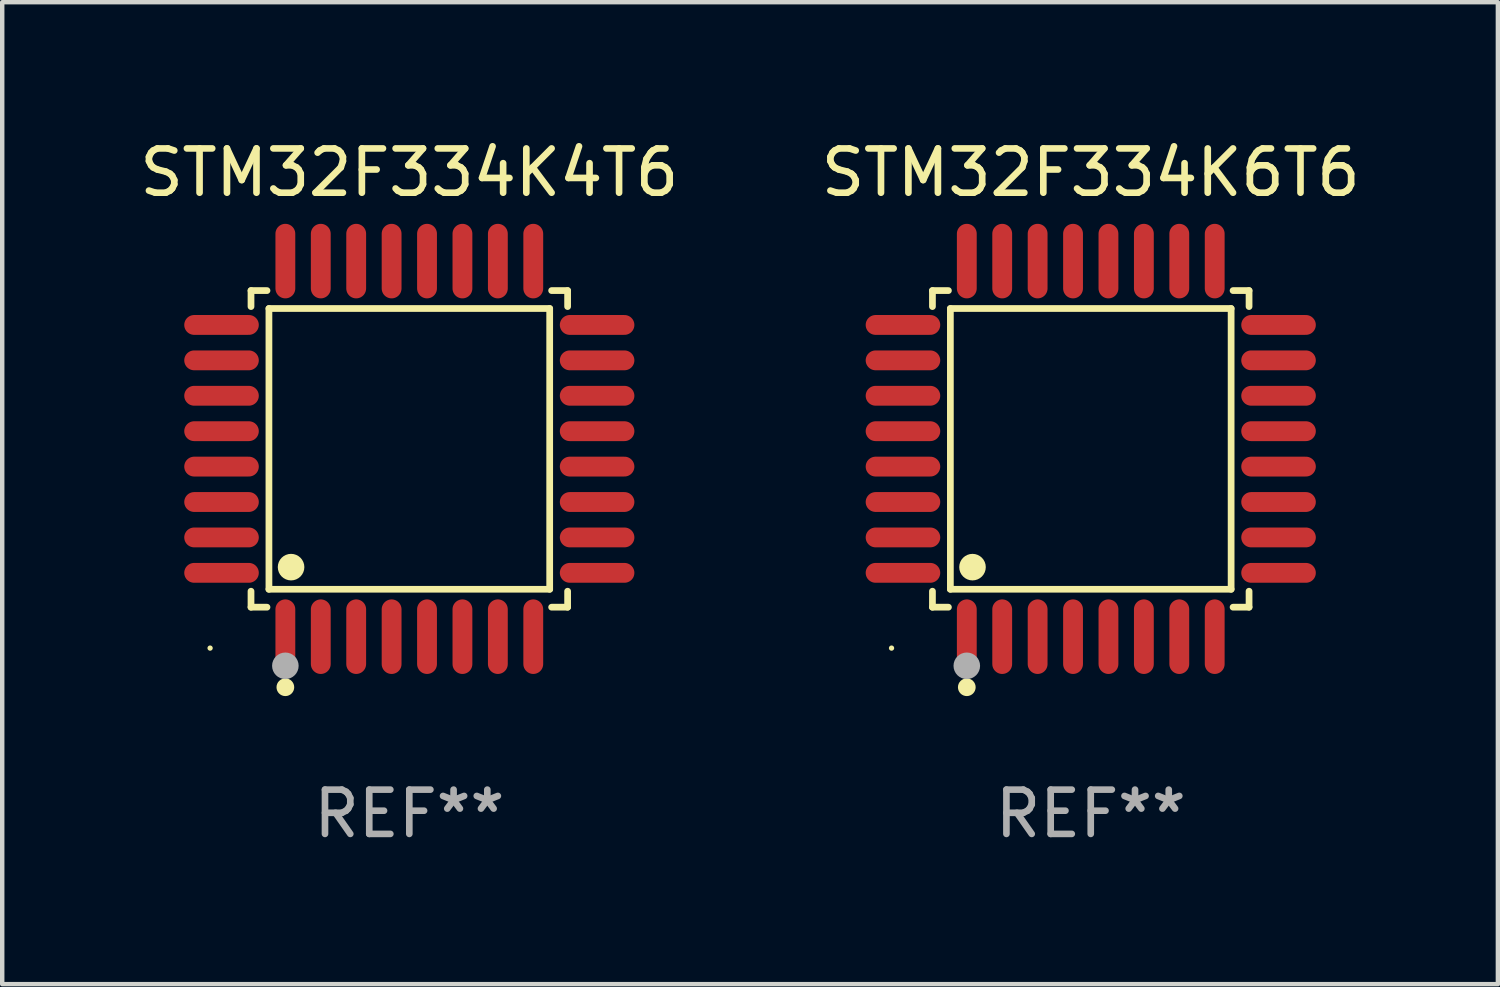
<source format=kicad_pcb>
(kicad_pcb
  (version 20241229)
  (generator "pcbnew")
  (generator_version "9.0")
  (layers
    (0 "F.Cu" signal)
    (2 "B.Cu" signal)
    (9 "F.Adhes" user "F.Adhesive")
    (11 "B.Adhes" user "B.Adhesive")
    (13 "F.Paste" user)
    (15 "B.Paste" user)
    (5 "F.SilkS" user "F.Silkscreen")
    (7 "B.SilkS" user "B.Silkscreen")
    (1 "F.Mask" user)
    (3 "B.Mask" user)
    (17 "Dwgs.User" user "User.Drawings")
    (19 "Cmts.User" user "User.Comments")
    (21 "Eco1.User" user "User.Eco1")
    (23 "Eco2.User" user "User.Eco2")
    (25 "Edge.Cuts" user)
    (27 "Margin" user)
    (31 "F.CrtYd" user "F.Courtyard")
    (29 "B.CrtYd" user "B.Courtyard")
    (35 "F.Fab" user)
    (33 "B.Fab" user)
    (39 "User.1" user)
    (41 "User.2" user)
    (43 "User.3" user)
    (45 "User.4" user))
  (footprint "STM32F334K6T6"
    (layer "F.Cu")
    (at 21.589 7.09)
    (property "Reference" "STM32F334K6T6" (at 0 -6.242 0) (layer "F.SilkS") (effects (font (size 1 1) (thickness 0.15))))
    (attr through_hole)
    (fp_line (start -3.576 -3.576) (end -3.215 -3.576) (stroke (width 0.152) (type solid)) (layer "F.SilkS"))
    (fp_line (start -3.576 -3.215) (end -3.576 -3.576) (stroke (width 0.152) (type solid)) (layer "F.SilkS"))
    (fp_line (start -3.576 3.215) (end -3.576 3.576) (stroke (width 0.152) (type solid)) (layer "F.SilkS"))
    (fp_line (start -3.576 3.576) (end -3.215 3.576) (stroke (width 0.152) (type solid)) (layer "F.SilkS"))
    (fp_line (start -3.171 -3.171) (end 3.171 -3.171) (stroke (width 0.152) (type solid)) (layer "F.SilkS"))
    (fp_line (start -3.171 3.171) (end -3.171 -3.171) (stroke (width 0.152) (type solid)) (layer "F.SilkS"))
    (fp_line (start 3.171 -3.171) (end 3.171 3.171) (stroke (width 0.152) (type solid)) (layer "F.SilkS"))
    (fp_line (start 3.171 3.171) (end -3.171 3.171) (stroke (width 0.152) (type solid)) (layer "F.SilkS"))
    (fp_line (start 3.576 -3.576) (end 3.215 -3.576) (stroke (width 0.152) (type solid)) (layer "F.SilkS"))
    (fp_line (start 3.576 -3.215) (end 3.576 -3.576) (stroke (width 0.152) (type solid)) (layer "F.SilkS"))
    (fp_line (start 3.576 3.215) (end 3.576 3.576) (stroke (width 0.152) (type solid)) (layer "F.SilkS"))
    (fp_line (start 3.576 3.576) (end 3.215 3.576) (stroke (width 0.152) (type solid)) (layer "F.SilkS"))
    (fp_circle (center -4.5 4.5) (end -4.47 4.5) (stroke (width 0.06) (type solid)) (fill no) (layer "F.SilkS"))
    (fp_circle (center -2.8 5.384) (end -2.7 5.384) (stroke (width 0.2) (type solid)) (fill no) (layer "F.SilkS"))
    (fp_circle (center -2.671 2.671) (end -2.521 2.671) (stroke (width 0.3) (type solid)) (fill no) (layer "F.SilkS"))
    (fp_circle (center -2.8 4.9) (end -2.65 4.9) (stroke (width 0.3) (type solid)) (fill no) (layer "F.Fab"))
    (fp_text user "REF**" (at 0 8.242 0) (layer "F.Fab") (effects (font (size 1 1) (thickness 0.15))))
    (pad "1" smd oval (at -2.8 4.242) (size 0.448 1.684) (layers "F.Cu" "F.Mask" "F.Paste"))
    (pad "2" smd oval (at -2 4.242) (size 0.448 1.684) (layers "F.Cu" "F.Mask" "F.Paste"))
    (pad "3" smd oval (at -1.2 4.242) (size 0.448 1.684) (layers "F.Cu" "F.Mask" "F.Paste"))
    (pad "4" smd oval (at -0.4 4.242) (size 0.448 1.684) (layers "F.Cu" "F.Mask" "F.Paste"))
    (pad "5" smd oval (at 0.4 4.242) (size 0.448 1.684) (layers "F.Cu" "F.Mask" "F.Paste"))
    (pad "6" smd oval (at 1.2 4.242) (size 0.448 1.684) (layers "F.Cu" "F.Mask" "F.Paste"))
    (pad "7" smd oval (at 2 4.242) (size 0.448 1.684) (layers "F.Cu" "F.Mask" "F.Paste"))
    (pad "8" smd oval (at 2.8 4.242) (size 0.448 1.684) (layers "F.Cu" "F.Mask" "F.Paste"))
    (pad "9" smd oval (at 4.242 2.8) (size 1.684 0.448) (layers "F.Cu" "F.Mask" "F.Paste"))
    (pad "10" smd oval (at 4.242 2) (size 1.684 0.448) (layers "F.Cu" "F.Mask" "F.Paste"))
    (pad "11" smd oval (at 4.242 1.2) (size 1.684 0.448) (layers "F.Cu" "F.Mask" "F.Paste"))
    (pad "12" smd oval (at 4.242 0.4) (size 1.684 0.448) (layers "F.Cu" "F.Mask" "F.Paste"))
    (pad "13" smd oval (at 4.242 -0.4) (size 1.684 0.448) (layers "F.Cu" "F.Mask" "F.Paste"))
    (pad "14" smd oval (at 4.242 -1.2) (size 1.684 0.448) (layers "F.Cu" "F.Mask" "F.Paste"))
    (pad "15" smd oval (at 4.242 -2) (size 1.684 0.448) (layers "F.Cu" "F.Mask" "F.Paste"))
    (pad "16" smd oval (at 4.242 -2.8) (size 1.684 0.448) (layers "F.Cu" "F.Mask" "F.Paste"))
    (pad "17" smd oval (at 2.8 -4.242) (size 0.448 1.684) (layers "F.Cu" "F.Mask" "F.Paste"))
    (pad "18" smd oval (at 2 -4.242) (size 0.448 1.684) (layers "F.Cu" "F.Mask" "F.Paste"))
    (pad "19" smd oval (at 1.2 -4.242) (size 0.448 1.684) (layers "F.Cu" "F.Mask" "F.Paste"))
    (pad "20" smd oval (at 0.4 -4.242) (size 0.448 1.684) (layers "F.Cu" "F.Mask" "F.Paste"))
    (pad "21" smd oval (at -0.4 -4.242) (size 0.448 1.684) (layers "F.Cu" "F.Mask" "F.Paste"))
    (pad "22" smd oval (at -1.2 -4.242) (size 0.448 1.684) (layers "F.Cu" "F.Mask" "F.Paste"))
    (pad "23" smd oval (at -2 -4.242) (size 0.448 1.684) (layers "F.Cu" "F.Mask" "F.Paste"))
    (pad "24" smd oval (at -2.8 -4.242) (size 0.448 1.684) (layers "F.Cu" "F.Mask" "F.Paste"))
    (pad "25" smd oval (at -4.242 -2.8) (size 1.684 0.448) (layers "F.Cu" "F.Mask" "F.Paste"))
    (pad "26" smd oval (at -4.242 -2) (size 1.684 0.448) (layers "F.Cu" "F.Mask" "F.Paste"))
    (pad "27" smd oval (at -4.242 -1.2) (size 1.684 0.448) (layers "F.Cu" "F.Mask" "F.Paste"))
    (pad "28" smd oval (at -4.242 -0.4) (size 1.684 0.448) (layers "F.Cu" "F.Mask" "F.Paste"))
    (pad "29" smd oval (at -4.242 0.4) (size 1.684 0.448) (layers "F.Cu" "F.Mask" "F.Paste"))
    (pad "30" smd oval (at -4.242 1.2) (size 1.684 0.448) (layers "F.Cu" "F.Mask" "F.Paste"))
    (pad "31" smd oval (at -4.242 2) (size 1.684 0.448) (layers "F.Cu" "F.Mask" "F.Paste"))
    (pad "32" smd oval (at -4.242 2.8) (size 1.684 0.448) (layers "F.Cu" "F.Mask" "F.Paste")))
  (footprint "STM32F334K4T6"
    (layer "F.Cu")
    (at 6.196 7.09)
    (property "Reference" "STM32F334K4T6" (at 0 -6.242 0) (layer "F.SilkS") (effects (font (size 1 1) (thickness 0.15))))
    (attr through_hole)
    (fp_line (start -3.576 -3.576) (end -3.215 -3.576) (stroke (width 0.152) (type solid)) (layer "F.SilkS"))
    (fp_line (start -3.576 -3.215) (end -3.576 -3.576) (stroke (width 0.152) (type solid)) (layer "F.SilkS"))
    (fp_line (start -3.576 3.215) (end -3.576 3.576) (stroke (width 0.152) (type solid)) (layer "F.SilkS"))
    (fp_line (start -3.576 3.576) (end -3.215 3.576) (stroke (width 0.152) (type solid)) (layer "F.SilkS"))
    (fp_line (start -3.171 -3.171) (end 3.171 -3.171) (stroke (width 0.152) (type solid)) (layer "F.SilkS"))
    (fp_line (start -3.171 3.171) (end -3.171 -3.171) (stroke (width 0.152) (type solid)) (layer "F.SilkS"))
    (fp_line (start 3.171 -3.171) (end 3.171 3.171) (stroke (width 0.152) (type solid)) (layer "F.SilkS"))
    (fp_line (start 3.171 3.171) (end -3.171 3.171) (stroke (width 0.152) (type solid)) (layer "F.SilkS"))
    (fp_line (start 3.576 -3.576) (end 3.215 -3.576) (stroke (width 0.152) (type solid)) (layer "F.SilkS"))
    (fp_line (start 3.576 -3.215) (end 3.576 -3.576) (stroke (width 0.152) (type solid)) (layer "F.SilkS"))
    (fp_line (start 3.576 3.215) (end 3.576 3.576) (stroke (width 0.152) (type solid)) (layer "F.SilkS"))
    (fp_line (start 3.576 3.576) (end 3.215 3.576) (stroke (width 0.152) (type solid)) (layer "F.SilkS"))
    (fp_circle (center -4.5 4.5) (end -4.47 4.5) (stroke (width 0.06) (type solid)) (fill no) (layer "F.SilkS"))
    (fp_circle (center -2.8 5.384) (end -2.7 5.384) (stroke (width 0.2) (type solid)) (fill no) (layer "F.SilkS"))
    (fp_circle (center -2.671 2.671) (end -2.521 2.671) (stroke (width 0.3) (type solid)) (fill no) (layer "F.SilkS"))
    (fp_circle (center -2.8 4.9) (end -2.65 4.9) (stroke (width 0.3) (type solid)) (fill no) (layer "F.Fab"))
    (fp_text user "REF**" (at 0 8.242 0) (layer "F.Fab") (effects (font (size 1 1) (thickness 0.15))))
    (pad "1" smd oval (at -2.8 4.242) (size 0.448 1.684) (layers "F.Cu" "F.Mask" "F.Paste"))
    (pad "2" smd oval (at -2 4.242) (size 0.448 1.684) (layers "F.Cu" "F.Mask" "F.Paste"))
    (pad "3" smd oval (at -1.2 4.242) (size 0.448 1.684) (layers "F.Cu" "F.Mask" "F.Paste"))
    (pad "4" smd oval (at -0.4 4.242) (size 0.448 1.684) (layers "F.Cu" "F.Mask" "F.Paste"))
    (pad "5" smd oval (at 0.4 4.242) (size 0.448 1.684) (layers "F.Cu" "F.Mask" "F.Paste"))
    (pad "6" smd oval (at 1.2 4.242) (size 0.448 1.684) (layers "F.Cu" "F.Mask" "F.Paste"))
    (pad "7" smd oval (at 2 4.242) (size 0.448 1.684) (layers "F.Cu" "F.Mask" "F.Paste"))
    (pad "8" smd oval (at 2.8 4.242) (size 0.448 1.684) (layers "F.Cu" "F.Mask" "F.Paste"))
    (pad "9" smd oval (at 4.242 2.8) (size 1.684 0.448) (layers "F.Cu" "F.Mask" "F.Paste"))
    (pad "10" smd oval (at 4.242 2) (size 1.684 0.448) (layers "F.Cu" "F.Mask" "F.Paste"))
    (pad "11" smd oval (at 4.242 1.2) (size 1.684 0.448) (layers "F.Cu" "F.Mask" "F.Paste"))
    (pad "12" smd oval (at 4.242 0.4) (size 1.684 0.448) (layers "F.Cu" "F.Mask" "F.Paste"))
    (pad "13" smd oval (at 4.242 -0.4) (size 1.684 0.448) (layers "F.Cu" "F.Mask" "F.Paste"))
    (pad "14" smd oval (at 4.242 -1.2) (size 1.684 0.448) (layers "F.Cu" "F.Mask" "F.Paste"))
    (pad "15" smd oval (at 4.242 -2) (size 1.684 0.448) (layers "F.Cu" "F.Mask" "F.Paste"))
    (pad "16" smd oval (at 4.242 -2.8) (size 1.684 0.448) (layers "F.Cu" "F.Mask" "F.Paste"))
    (pad "17" smd oval (at 2.8 -4.242) (size 0.448 1.684) (layers "F.Cu" "F.Mask" "F.Paste"))
    (pad "18" smd oval (at 2 -4.242) (size 0.448 1.684) (layers "F.Cu" "F.Mask" "F.Paste"))
    (pad "19" smd oval (at 1.2 -4.242) (size 0.448 1.684) (layers "F.Cu" "F.Mask" "F.Paste"))
    (pad "20" smd oval (at 0.4 -4.242) (size 0.448 1.684) (layers "F.Cu" "F.Mask" "F.Paste"))
    (pad "21" smd oval (at -0.4 -4.242) (size 0.448 1.684) (layers "F.Cu" "F.Mask" "F.Paste"))
    (pad "22" smd oval (at -1.2 -4.242) (size 0.448 1.684) (layers "F.Cu" "F.Mask" "F.Paste"))
    (pad "23" smd oval (at -2 -4.242) (size 0.448 1.684) (layers "F.Cu" "F.Mask" "F.Paste"))
    (pad "24" smd oval (at -2.8 -4.242) (size 0.448 1.684) (layers "F.Cu" "F.Mask" "F.Paste"))
    (pad "25" smd oval (at -4.242 -2.8) (size 1.684 0.448) (layers "F.Cu" "F.Mask" "F.Paste"))
    (pad "26" smd oval (at -4.242 -2) (size 1.684 0.448) (layers "F.Cu" "F.Mask" "F.Paste"))
    (pad "27" smd oval (at -4.242 -1.2) (size 1.684 0.448) (layers "F.Cu" "F.Mask" "F.Paste"))
    (pad "28" smd oval (at -4.242 -0.4) (size 1.684 0.448) (layers "F.Cu" "F.Mask" "F.Paste"))
    (pad "29" smd oval (at -4.242 0.4) (size 1.684 0.448) (layers "F.Cu" "F.Mask" "F.Paste"))
    (pad "30" smd oval (at -4.242 1.2) (size 1.684 0.448) (layers "F.Cu" "F.Mask" "F.Paste"))
    (pad "31" smd oval (at -4.242 2) (size 1.684 0.448) (layers "F.Cu" "F.Mask" "F.Paste"))
    (pad "32" smd oval (at -4.242 2.8) (size 1.684 0.448) (layers "F.Cu" "F.Mask" "F.Paste")))
  (gr_rect
    (start -3 -3)
    (end 30.786 19.181)
    (stroke (width 0.1) (type default))
    (fill no)
    (layer "Edge.Cuts")))
</source>
